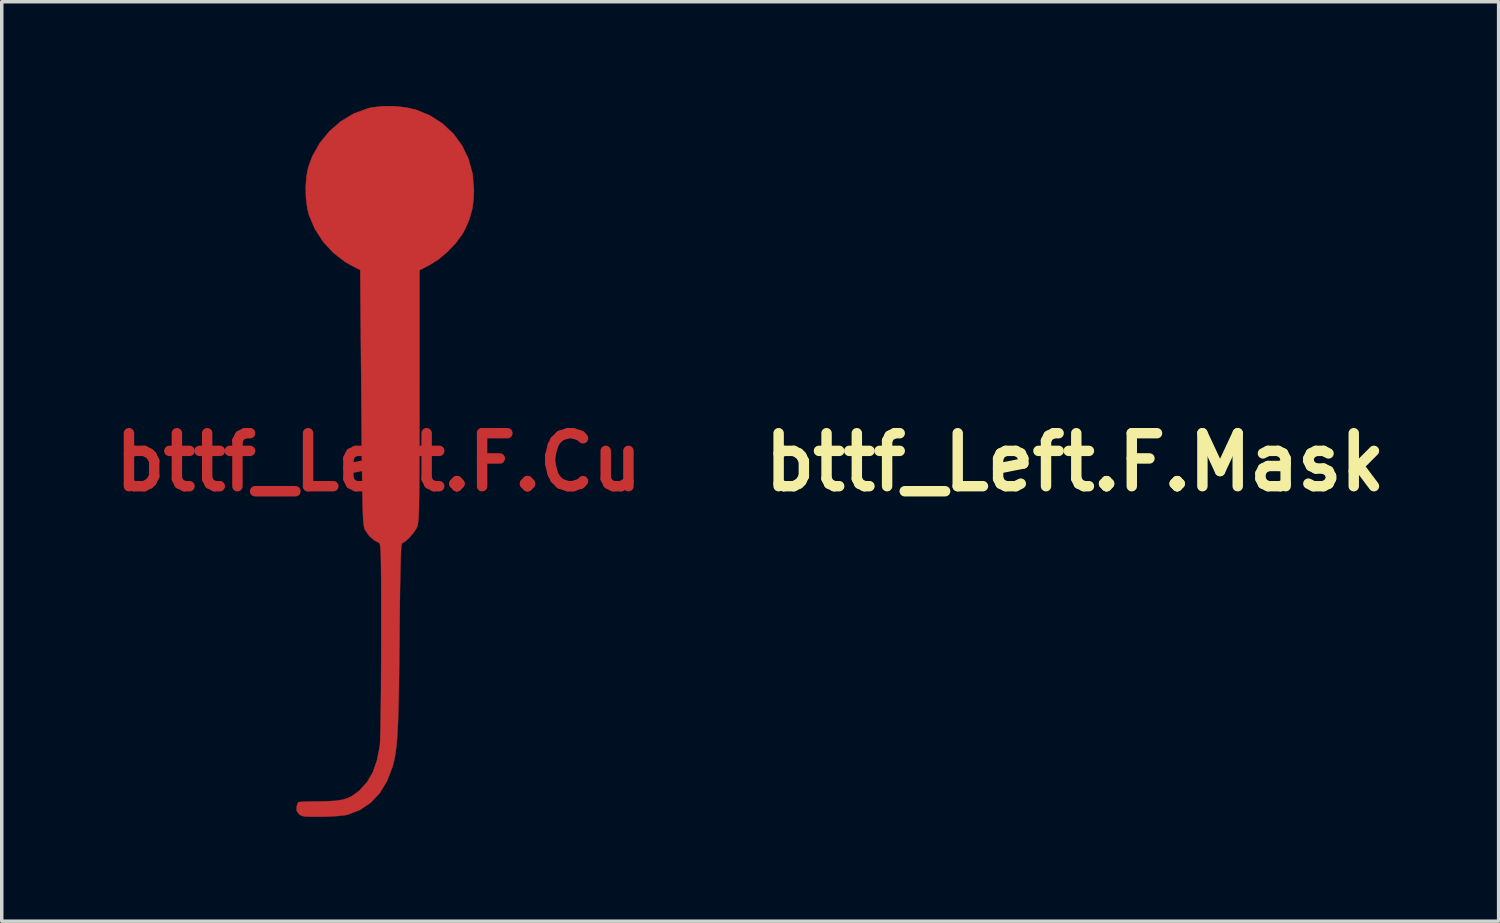
<source format=kicad_pcb>
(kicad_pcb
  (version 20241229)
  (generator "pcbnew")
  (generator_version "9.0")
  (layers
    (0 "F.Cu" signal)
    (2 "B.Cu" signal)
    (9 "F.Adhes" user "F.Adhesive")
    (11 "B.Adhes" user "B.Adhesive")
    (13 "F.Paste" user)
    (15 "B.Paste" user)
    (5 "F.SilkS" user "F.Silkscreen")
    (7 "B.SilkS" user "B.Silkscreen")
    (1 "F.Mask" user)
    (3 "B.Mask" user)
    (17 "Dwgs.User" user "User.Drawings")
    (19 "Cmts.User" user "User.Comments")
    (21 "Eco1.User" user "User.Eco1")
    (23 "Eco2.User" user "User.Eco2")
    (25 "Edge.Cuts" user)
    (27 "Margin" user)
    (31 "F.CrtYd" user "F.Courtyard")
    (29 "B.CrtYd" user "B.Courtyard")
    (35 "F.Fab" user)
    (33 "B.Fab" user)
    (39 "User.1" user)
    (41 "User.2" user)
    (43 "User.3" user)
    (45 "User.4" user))
  (footprint "bttf_Left.F.Mask"
    (layer "F.Cu")
    (at 27.878 10.248)
    (property "Reference" "bttf_Left.F.Mask" (at 0 0 0) (layer "F.SilkS") (effects (font (size 1.524 1.524) (thickness 0.3))))
    (attr through_hole)
    (fp_poly (pts (xy 0.1 -10.242) (xy -0.211 -10.204) (xy -0.306 -10.182) (xy -0.715 -10.031) (xy -1.089 -9.807) (xy -1.419 -9.521) (xy -1.697 -9.181) (xy -1.912 -8.797) (xy -2.026 -8.488) (xy -2.079 -8.223) (xy -2.1 -7.914) (xy -2.091 -7.592) (xy -2.052 -7.291) (xy -2.007 -7.112) (xy -1.838 -6.714) (xy -1.601 -6.347) (xy -1.308 -6.027) (xy -0.97 -5.766) (xy -0.808 -5.673) (xy -0.531 -5.529) (xy -0.499 -1.865) (xy -0.494 -1.222) (xy -0.488 -0.658) (xy -0.484 -0.168) (xy -0.479 0.254) (xy -0.474 0.612) (xy -0.469 0.914) (xy -0.464 1.164) (xy -0.458 1.367) (xy -0.452 1.53) (xy -0.445 1.656) (xy -0.437 1.753) (xy -0.427 1.826) (xy -0.417 1.879) (xy -0.405 1.919) (xy -0.391 1.95) (xy -0.389 1.954) (xy -0.274 2.12) (xy -0.125 2.25) (xy -0.008 2.308) (xy 0.008 2.316) (xy 0.022 2.331) (xy 0.034 2.36) (xy 0.043 2.409) (xy 0.051 2.484) (xy 0.058 2.591) (xy 0.063 2.736) (xy 0.066 2.925) (xy 0.069 3.165) (xy 0.071 3.461) (xy 0.072 3.82) (xy 0.072 4.247) (xy 0.072 4.749) (xy 0.072 5.115) (xy 0.071 5.601) (xy 0.069 6.068) (xy 0.067 6.509) (xy 0.063 6.916) (xy 0.058 7.28) (xy 0.053 7.593) (xy 0.047 7.848) (xy 0.04 8.038) (xy 0.033 8.152) (xy 0.031 8.172) (xy -0.05 8.579) (xy -0.169 8.918) (xy -0.331 9.198) (xy -0.539 9.429) (xy -0.638 9.511) (xy -0.769 9.602) (xy -0.899 9.667) (xy -1.046 9.711) (xy -1.228 9.739) (xy -1.462 9.753) (xy -1.715 9.758) (xy -1.928 9.761) (xy -2.108 9.766) (xy -2.241 9.773) (xy -2.309 9.78) (xy -2.315 9.782) (xy -2.338 9.832) (xy -2.361 9.913) (xy -2.363 10.024) (xy -2.301 10.114) (xy -2.259 10.15) (xy -2.206 10.175) (xy -2.126 10.19) (xy -2.005 10.197) (xy -1.826 10.199) (xy -1.652 10.199) (xy -1.42 10.193) (xy -1.202 10.18) (xy -1.02 10.163) (xy -0.899 10.142) (xy -0.896 10.141) (xy -0.536 10.001) (xy -0.227 9.793) (xy 0.032 9.517) (xy 0.24 9.174) (xy 0.396 8.764) (xy 0.411 8.714) (xy 0.442 8.592) (xy 0.469 8.459) (xy 0.492 8.31) (xy 0.513 8.138) (xy 0.53 7.935) (xy 0.545 7.697) (xy 0.558 7.415) (xy 0.568 7.084) (xy 0.577 6.697) (xy 0.585 6.247) (xy 0.591 5.728) (xy 0.598 5.133) (xy 0.6 4.911) (xy 0.605 4.328) (xy 0.611 3.827) (xy 0.618 3.404) (xy 0.625 3.056) (xy 0.633 2.781) (xy 0.641 2.574) (xy 0.65 2.433) (xy 0.661 2.354) (xy 0.669 2.334) (xy 0.766 2.276) (xy 0.882 2.169) (xy 0.995 2.04) (xy 1.08 1.913) (xy 1.095 1.884) (xy 1.108 1.851) (xy 1.12 1.81) (xy 1.131 1.756) (xy 1.139 1.685) (xy 1.147 1.59) (xy 1.153 1.465) (xy 1.158 1.306) (xy 1.162 1.106) (xy 1.166 0.861) (xy 1.168 0.564) (xy 1.17 0.211) (xy 1.171 -0.205) (xy 1.172 -0.689) (xy 1.173 -1.246) (xy 1.173 -1.882) (xy 1.173 -1.905) (xy 1.174 -5.524) (xy 1.46 -5.672) (xy 1.719 -5.835) (xy 1.977 -6.052) (xy 2.213 -6.299) (xy 2.403 -6.555) (xy 2.48 -6.692) (xy 2.611 -6.995) (xy 2.692 -7.285) (xy 2.732 -7.597) (xy 2.739 -7.838) (xy 2.701 -8.294) (xy 2.586 -8.719) (xy 2.402 -9.106) (xy 2.151 -9.449) (xy 1.839 -9.742) (xy 1.472 -9.977) (xy 1.076 -10.14) (xy 0.777 -10.208) (xy 0.441 -10.243) (xy 0.1 -10.242)) (stroke (width 0.01) (type solid)) (fill yes) (layer "F.Mask")))
  (footprint "bttf_Left.F.Cu"
    (layer "F.Cu")
    (at 7.845 10.248)
    (property "Reference" "bttf_Left.F.Cu" (at 0 0 0) (layer "F.Cu") (effects (font (size 1.524 1.524) (thickness 0.3))))
    (attr through_hole)
    (fp_poly (pts (xy 0.1 -10.242) (xy -0.211 -10.204) (xy -0.306 -10.182) (xy -0.715 -10.031) (xy -1.089 -9.807) (xy -1.419 -9.521) (xy -1.697 -9.181) (xy -1.912 -8.797) (xy -2.026 -8.488) (xy -2.079 -8.223) (xy -2.1 -7.914) (xy -2.091 -7.592) (xy -2.052 -7.291) (xy -2.007 -7.112) (xy -1.838 -6.714) (xy -1.601 -6.347) (xy -1.308 -6.027) (xy -0.97 -5.766) (xy -0.808 -5.673) (xy -0.531 -5.529) (xy -0.499 -1.865) (xy -0.494 -1.222) (xy -0.488 -0.658) (xy -0.484 -0.168) (xy -0.479 0.254) (xy -0.474 0.612) (xy -0.469 0.914) (xy -0.464 1.164) (xy -0.458 1.367) (xy -0.452 1.53) (xy -0.445 1.656) (xy -0.437 1.753) (xy -0.427 1.826) (xy -0.417 1.879) (xy -0.405 1.919) (xy -0.391 1.95) (xy -0.389 1.954) (xy -0.274 2.12) (xy -0.125 2.25) (xy -0.008 2.308) (xy 0.008 2.316) (xy 0.022 2.331) (xy 0.034 2.36) (xy 0.043 2.409) (xy 0.051 2.484) (xy 0.058 2.591) (xy 0.063 2.736) (xy 0.066 2.925) (xy 0.069 3.165) (xy 0.071 3.461) (xy 0.072 3.82) (xy 0.072 4.247) (xy 0.072 4.749) (xy 0.072 5.115) (xy 0.071 5.601) (xy 0.069 6.068) (xy 0.067 6.509) (xy 0.063 6.916) (xy 0.058 7.28) (xy 0.053 7.593) (xy 0.047 7.848) (xy 0.04 8.038) (xy 0.033 8.152) (xy 0.031 8.172) (xy -0.05 8.579) (xy -0.169 8.918) (xy -0.331 9.198) (xy -0.539 9.429) (xy -0.638 9.511) (xy -0.769 9.602) (xy -0.899 9.667) (xy -1.046 9.711) (xy -1.228 9.739) (xy -1.462 9.753) (xy -1.715 9.758) (xy -1.928 9.761) (xy -2.108 9.766) (xy -2.241 9.773) (xy -2.309 9.78) (xy -2.315 9.782) (xy -2.338 9.832) (xy -2.361 9.913) (xy -2.363 10.024) (xy -2.301 10.114) (xy -2.259 10.15) (xy -2.206 10.175) (xy -2.126 10.19) (xy -2.005 10.197) (xy -1.826 10.199) (xy -1.652 10.199) (xy -1.42 10.193) (xy -1.202 10.18) (xy -1.02 10.163) (xy -0.899 10.142) (xy -0.896 10.141) (xy -0.536 10.001) (xy -0.227 9.793) (xy 0.032 9.517) (xy 0.24 9.174) (xy 0.396 8.764) (xy 0.411 8.714) (xy 0.442 8.592) (xy 0.469 8.459) (xy 0.492 8.31) (xy 0.513 8.138) (xy 0.53 7.935) (xy 0.545 7.697) (xy 0.558 7.415) (xy 0.568 7.084) (xy 0.577 6.697) (xy 0.585 6.247) (xy 0.591 5.728) (xy 0.598 5.133) (xy 0.6 4.911) (xy 0.605 4.328) (xy 0.611 3.827) (xy 0.618 3.404) (xy 0.625 3.056) (xy 0.633 2.781) (xy 0.641 2.574) (xy 0.65 2.433) (xy 0.661 2.354) (xy 0.669 2.334) (xy 0.766 2.276) (xy 0.882 2.169) (xy 0.995 2.04) (xy 1.08 1.913) (xy 1.095 1.884) (xy 1.108 1.851) (xy 1.12 1.81) (xy 1.131 1.756) (xy 1.139 1.685) (xy 1.147 1.59) (xy 1.153 1.465) (xy 1.158 1.306) (xy 1.162 1.106) (xy 1.166 0.861) (xy 1.168 0.564) (xy 1.17 0.211) (xy 1.171 -0.205) (xy 1.172 -0.689) (xy 1.173 -1.246) (xy 1.173 -1.882) (xy 1.173 -1.905) (xy 1.174 -5.524) (xy 1.46 -5.672) (xy 1.719 -5.835) (xy 1.977 -6.052) (xy 2.213 -6.299) (xy 2.403 -6.555) (xy 2.48 -6.692) (xy 2.611 -6.995) (xy 2.692 -7.285) (xy 2.732 -7.597) (xy 2.739 -7.838) (xy 2.701 -8.294) (xy 2.586 -8.719) (xy 2.402 -9.106) (xy 2.151 -9.449) (xy 1.839 -9.742) (xy 1.472 -9.977) (xy 1.076 -10.14) (xy 0.777 -10.208) (xy 0.441 -10.243) (xy 0.1 -10.242)) (stroke (width 0.01) (type solid)) (fill yes) (layer "F.Cu")))
  (gr_rect
    (start -3 -3)
    (end 40.065 23.452)
    (stroke (width 0.1) (type default))
    (fill no)
    (layer "Edge.Cuts")))
</source>
